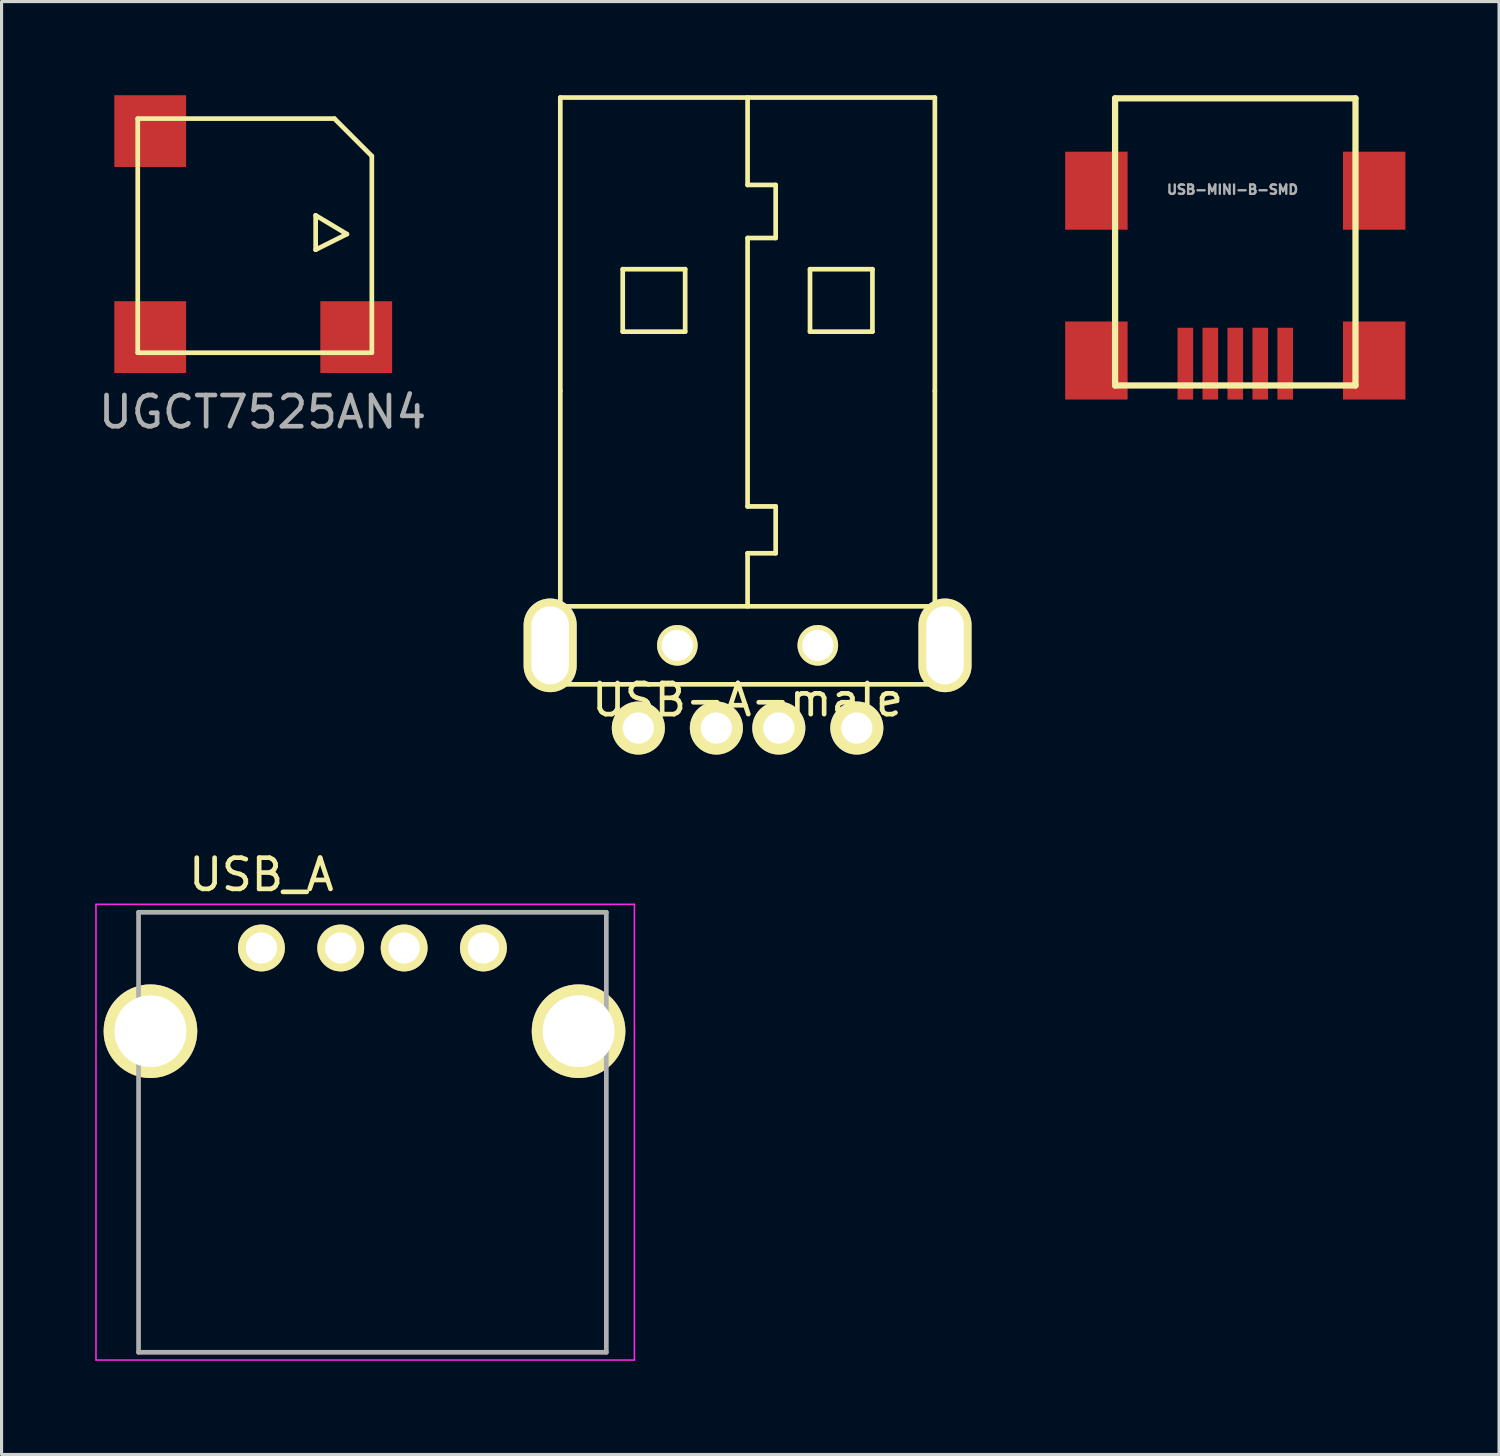
<source format=kicad_pcb>
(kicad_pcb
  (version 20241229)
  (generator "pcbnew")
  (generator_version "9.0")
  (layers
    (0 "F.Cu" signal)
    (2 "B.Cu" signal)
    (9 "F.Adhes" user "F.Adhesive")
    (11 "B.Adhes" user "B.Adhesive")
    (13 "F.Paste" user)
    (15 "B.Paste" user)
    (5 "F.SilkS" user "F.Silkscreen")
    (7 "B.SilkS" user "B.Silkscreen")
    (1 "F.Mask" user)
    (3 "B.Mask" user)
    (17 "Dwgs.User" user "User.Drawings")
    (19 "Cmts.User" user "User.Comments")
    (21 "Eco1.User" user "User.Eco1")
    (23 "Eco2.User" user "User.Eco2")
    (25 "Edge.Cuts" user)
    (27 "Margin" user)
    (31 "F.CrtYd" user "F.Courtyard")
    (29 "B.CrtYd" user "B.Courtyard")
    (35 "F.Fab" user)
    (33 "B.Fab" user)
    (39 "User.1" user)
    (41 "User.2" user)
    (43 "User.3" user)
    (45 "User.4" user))
  (footprint "UGCT7525AN4"
    (layer "F.Cu")
    (at 4.763 4.15)
    (property "Reference" "UGCT7525AN4" (at 0.6 6 0) (layer "F.Fab") (effects (font (size 1 1) (thickness 0.15))))
    (attr through_hole)
    (fp_line (start -3.4 -3.4) (end -3.4 4.1) (stroke (width 0.15) (type solid)) (layer "F.SilkS"))
    (fp_line (start 2.3 -0.3) (end 2.3 0.8) (stroke (width 0.15) (type solid)) (layer "F.SilkS"))
    (fp_line (start 2.3 0.8) (end 3.3 0.3) (stroke (width 0.15) (type solid)) (layer "F.SilkS"))
    (fp_line (start 2.9 -3.4) (end -3.4 -3.4) (stroke (width 0.15) (type solid)) (layer "F.SilkS"))
    (fp_line (start 2.9 -3.4) (end 4.1 -2.2) (stroke (width 0.15) (type solid)) (layer "F.SilkS"))
    (fp_line (start 3.3 0.3) (end 2.3 -0.3) (stroke (width 0.15) (type solid)) (layer "F.SilkS"))
    (fp_line (start 4.1 4.1) (end -3.4 4.1) (stroke (width 0.15) (type solid)) (layer "F.SilkS"))
    (fp_line (start 4.1 4.1) (end 4.1 -2.2) (stroke (width 0.15) (type solid)) (layer "F.SilkS"))
    (pad "1" smd rect (at -3 -3) (size 2.3 2.3) (layers "F.Cu" "F.Mask" "F.Paste"))
    (pad "2" smd rect (at -3 3.6) (size 2.3 2.3) (layers "F.Cu" "F.Mask" "F.Paste"))
    (pad "3" smd rect (at 3.6 3.6) (size 2.3 2.3) (layers "F.Cu" "F.Mask" "F.Paste")))
  (footprint "USB-A-male"
    (layer "F.Cu")
    (at 20.901 18.875)
    (property "Reference" "USB-A-male" (at 0 0.5 0) (layer "F.SilkS") (effects (font (size 1 1) (thickness 0.15))))
    (attr through_hole)
    (fp_line (start -6 -18.8) (end -6 -9.4) (stroke (width 0.15) (type solid)) (layer "F.SilkS"))
    (fp_line (start -6 -9.4) (end -6 0) (stroke (width 0.15) (type solid)) (layer "F.SilkS"))
    (fp_line (start -6 0) (end 6 0) (stroke (width 0.15) (type solid)) (layer "F.SilkS"))
    (fp_line (start -4 -13.3) (end -4 -11.3) (stroke (width 0.15) (type solid)) (layer "F.SilkS"))
    (fp_line (start -4 -11.3) (end -2 -11.3) (stroke (width 0.15) (type solid)) (layer "F.SilkS"))
    (fp_line (start -2 -13.3) (end -4 -13.3) (stroke (width 0.15) (type solid)) (layer "F.SilkS"))
    (fp_line (start -2 -11.3) (end -2 -13.3) (stroke (width 0.15) (type solid)) (layer "F.SilkS"))
    (fp_line (start 0 -18.8) (end 0 -16) (stroke (width 0.15) (type solid)) (layer "F.SilkS"))
    (fp_line (start 0 -16) (end 0.9 -16) (stroke (width 0.15) (type solid)) (layer "F.SilkS"))
    (fp_line (start 0 -5.7) (end 0 -14.3) (stroke (width 0.15) (type solid)) (layer "F.SilkS"))
    (fp_line (start 0 -5.7) (end 0.9 -5.7) (stroke (width 0.15) (type solid)) (layer "F.SilkS"))
    (fp_line (start 0 -2.5) (end 0 -4.2) (stroke (width 0.15) (type solid)) (layer "F.SilkS"))
    (fp_line (start 0.9 -16) (end 0.9 -14.3) (stroke (width 0.15) (type solid)) (layer "F.SilkS"))
    (fp_line (start 0.9 -14.3) (end 0 -14.3) (stroke (width 0.15) (type solid)) (layer "F.SilkS"))
    (fp_line (start 0.9 -5.7) (end 0.9 -4.2) (stroke (width 0.15) (type solid)) (layer "F.SilkS"))
    (fp_line (start 0.9 -4.2) (end 0 -4.2) (stroke (width 0.15) (type solid)) (layer "F.SilkS"))
    (fp_line (start 2 -13.3) (end 2 -11.3) (stroke (width 0.15) (type solid)) (layer "F.SilkS"))
    (fp_line (start 2 -11.3) (end 4 -11.3) (stroke (width 0.15) (type solid)) (layer "F.SilkS"))
    (fp_line (start 4 -13.3) (end 2 -13.3) (stroke (width 0.15) (type solid)) (layer "F.SilkS"))
    (fp_line (start 4 -11.3) (end 4 -13.3) (stroke (width 0.15) (type solid)) (layer "F.SilkS"))
    (fp_line (start 6 -18.8) (end -6 -18.8) (stroke (width 0.15) (type solid)) (layer "F.SilkS"))
    (fp_line (start 6 -9.4) (end 6 -18.8) (stroke (width 0.15) (type solid)) (layer "F.SilkS"))
    (fp_line (start 6 -2.5) (end -6 -2.5) (stroke (width 0.15) (type solid)) (layer "F.SilkS"))
    (fp_line (start 6 0) (end 6 -9.4) (stroke (width 0.15) (type solid)) (layer "F.SilkS"))
    (pad "" thru_hole circle (at -2.25 -1.25) (size 1.3 1.3) (drill 1) (layers "*.Cu" "*.Mask" "F.SilkS"))
    (pad "" thru_hole circle (at 2.25 -1.25) (size 1.3 1.3) (drill 1) (layers "*.Cu" "*.Mask" "F.SilkS"))
    (pad "1" thru_hole circle (at -3.5 1.4) (size 1.7 1.7) (drill 1) (layers "*.Cu" "*.Mask" "F.SilkS"))
    (pad "2" thru_hole circle (at -1 1.4) (size 1.7 1.7) (drill 1) (layers "*.Cu" "*.Mask" "F.SilkS"))
    (pad "3" thru_hole circle (at 1 1.4) (size 1.7 1.7) (drill 1) (layers "*.Cu" "*.Mask" "F.SilkS"))
    (pad "4" thru_hole circle (at 3.5 1.4) (size 1.7 1.7) (drill 1) (layers "*.Cu" "*.Mask" "F.SilkS"))
    (pad "5" thru_hole oval (at -6.325 -1.25) (size 1.7 3) (drill oval 1.2 2.5) (layers "*.Cu" "*.Mask" "F.SilkS"))
    (pad "5" thru_hole oval (at 6.325 -1.25) (size 1.7 3) (drill oval 1.2 2.5) (layers "*.Cu" "*.Mask" "F.SilkS")))
  (footprint "USB_A"
    (layer "F.Cu")
    (at 5.325 27.323)
    (property "Reference" "USB_A" (at 0 -2.35 0) (layer "F.SilkS") (effects (font (size 1 1) (thickness 0.15))))
    (attr through_hole)
    (fp_line (start -5.3 -1.4) (end 11.95 -1.4) (stroke (width 0.05) (type solid)) (layer "F.CrtYd"))
    (fp_line (start -5.3 13.2) (end -5.3 -1.4) (stroke (width 0.05) (type solid)) (layer "F.CrtYd"))
    (fp_line (start -5.3 13.2) (end 11.95 13.2) (stroke (width 0.05) (type solid)) (layer "F.CrtYd"))
    (fp_line (start 11.95 -1.4) (end 11.95 13.2) (stroke (width 0.05) (type solid)) (layer "F.CrtYd"))
    (fp_line (start -3.936 12.952) (end -3.936 -1.145) (stroke (width 0.15) (type solid)) (layer "F.Fab"))
    (fp_line (start 11.05 -1.145) (end -3.936 -1.145) (stroke (width 0.15) (type solid)) (layer "F.Fab"))
    (fp_line (start 11.05 -1.145) (end 11.05 12.952) (stroke (width 0.15) (type solid)) (layer "F.Fab"))
    (fp_line (start 11.05 12.952) (end -3.936 12.952) (stroke (width 0.15) (type solid)) (layer "F.Fab"))
    (pad "1" thru_hole circle (at 0.001 -0.002 270) (size 1.501 1.501) (drill 1.001) (layers "*.Cu" "*.Mask" "F.SilkS"))
    (pad "2" thru_hole circle (at 2.541 -0.002 270) (size 1.501 1.501) (drill 1.001) (layers "*.Cu" "*.Mask" "F.SilkS"))
    (pad "3" thru_hole circle (at 4.573 -0.002 270) (size 1.501 1.501) (drill 1.001) (layers "*.Cu" "*.Mask" "F.SilkS"))
    (pad "4" thru_hole circle (at 7.113 -0.002 270) (size 1.501 1.501) (drill 1.001) (layers "*.Cu" "*.Mask" "F.SilkS"))
    (pad "5" thru_hole circle (at -3.555 2.665 270) (size 3 3) (drill 2.301) (layers "*.Cu" "*.Mask" "F.SilkS"))
    (pad "5" thru_hole circle (at 10.161 2.665 270) (size 3 3) (drill 2.301) (layers "*.Cu" "*.Mask" "F.SilkS")))
  (footprint "USB-MINI-B-SMD"
    (layer "F.Cu")
    (at 36.526 4.56)
    (property "Reference" "USB-MINI-B-SMD" (at -0.089 -1.535 0) (layer "F.Fab") (effects (font (size 0.3 0.3) (thickness 0.075))))
    (attr smd)
    (fp_line (start -3.851 -4.46) (end 3.851 -4.46) (stroke (width 0.2) (type solid)) (layer "F.SilkS"))
    (fp_line (start -3.851 4.74) (end -3.851 -4.46) (stroke (width 0.2) (type solid)) (layer "F.SilkS"))
    (fp_line (start 3.851 -4.46) (end 3.851 4.74) (stroke (width 0.2) (type solid)) (layer "F.SilkS"))
    (fp_line (start 3.851 4.74) (end -3.851 4.74) (stroke (width 0.2) (type solid)) (layer "F.SilkS"))
    (pad "" smd rect (at -4.45 -1.5) (size 2 2.5) (layers "F.Cu" "F.Mask" "F.Paste"))
    (pad "" smd rect (at 4.45 -1.5) (size 2 2.5) (layers "F.Cu" "F.Mask" "F.Paste"))
    (pad "" smd rect (at 4.45 3.94) (size 2 2.5) (layers "F.Cu" "F.Mask" "F.Paste"))
    (pad "1" smd rect (at 1.6 4.041) (size 0.5 2.301) (layers "F.Cu" "F.Mask" "F.Paste"))
    (pad "2" smd rect (at 0.8 4.041) (size 0.5 2.301) (layers "F.Cu" "F.Mask" "F.Paste"))
    (pad "3" smd rect (at 0 4.041) (size 0.5 2.301) (layers "F.Cu" "F.Mask" "F.Paste"))
    (pad "4" smd rect (at -0.8 4.041) (size 0.5 2.301) (layers "F.Cu" "F.Mask" "F.Paste"))
    (pad "5" smd rect (at -1.6 4.041) (size 0.5 2.301) (layers "F.Cu" "F.Mask" "F.Paste"))
    (pad "6" smd rect (at -4.45 3.94) (size 2 2.5) (layers "F.Cu" "F.Mask" "F.Paste")))
  (gr_rect
    (start -3 -3)
    (end 44.976 43.548)
    (stroke (width 0.1) (type default))
    (fill no)
    (layer "Edge.Cuts")))
</source>
